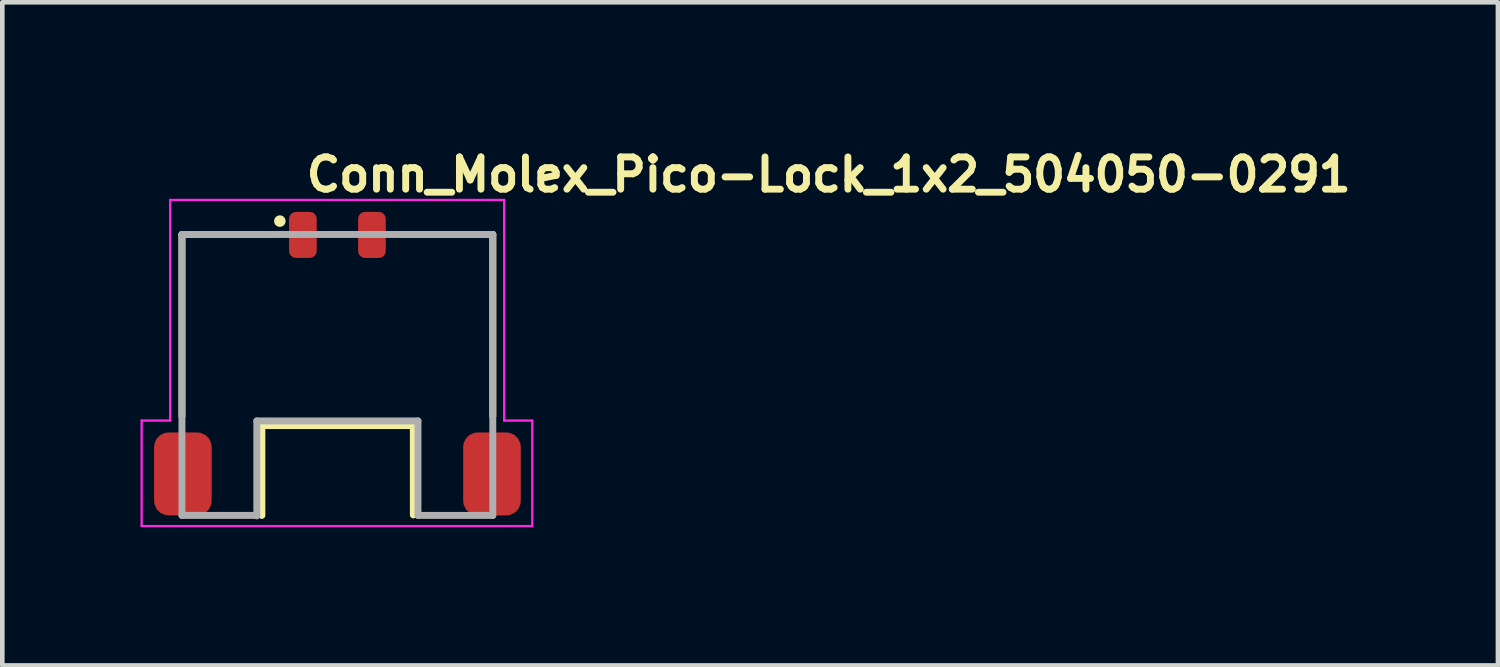
<source format=kicad_pcb>
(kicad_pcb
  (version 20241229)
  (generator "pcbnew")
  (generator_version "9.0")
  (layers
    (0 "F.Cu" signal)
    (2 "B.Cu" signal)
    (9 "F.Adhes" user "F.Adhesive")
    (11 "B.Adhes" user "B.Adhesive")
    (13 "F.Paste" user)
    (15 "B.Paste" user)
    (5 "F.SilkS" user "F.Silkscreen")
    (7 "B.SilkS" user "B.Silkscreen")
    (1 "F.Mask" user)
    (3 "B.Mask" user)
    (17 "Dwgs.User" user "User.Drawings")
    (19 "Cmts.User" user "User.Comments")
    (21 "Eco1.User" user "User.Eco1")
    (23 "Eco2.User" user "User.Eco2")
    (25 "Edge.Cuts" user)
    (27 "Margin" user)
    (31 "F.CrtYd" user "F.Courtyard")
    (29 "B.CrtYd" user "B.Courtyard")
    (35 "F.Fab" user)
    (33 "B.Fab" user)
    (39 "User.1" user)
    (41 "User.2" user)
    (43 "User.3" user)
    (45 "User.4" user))
  (footprint "Conn_Molex_Pico-Lock_1x2_504050-0291"
    (layer "F.Cu")
    (at 4.274 4.9)
    (property "Reference" "Conn_Molex_Pico-Lock_1x2_504050-0291" (at -0.749 -3.75 0) (layer "F.SilkS") (effects (font (size 0.7 0.7) (thickness 0.15)) (justify left bottom)))
    (attr smd)
    (fp_line (start -3.374 -2.86) (end -1.4 -2.86) (stroke (width 0.15) (type solid)) (layer "F.SilkS"))
    (fp_line (start -3.374 1.088) (end -3.374 -2.86) (stroke (width 0.15) (type solid)) (layer "F.SilkS"))
    (fp_line (start -1.639 3.239) (end -1.639 1.289) (stroke (width 0.15) (type solid)) (layer "F.SilkS"))
    (fp_line (start 1.399 -2.86) (end 3.374 -2.86) (stroke (width 0.15) (type solid)) (layer "F.SilkS"))
    (fp_line (start 1.649 1.289) (end -1.639 1.289) (stroke (width 0.15) (type solid)) (layer "F.SilkS"))
    (fp_line (start 1.649 1.289) (end 1.649 3.228) (stroke (width 0.15) (type solid)) (layer "F.SilkS"))
    (fp_line (start 3.374 -2.86) (end 3.374 1.088) (stroke (width 0.15) (type solid)) (layer "F.SilkS"))
    (fp_circle (center -1.249 -3.15) (end -1.199 -3.15) (stroke (width 0.15) (type solid)) (fill yes) (layer "F.SilkS"))
    (fp_line (start -4.249 1.18) (end -3.629 1.18) (stroke (width 0.05) (type solid)) (layer "F.CrtYd"))
    (fp_line (start -4.249 3.47) (end -4.249 1.18) (stroke (width 0.05) (type solid)) (layer "F.CrtYd"))
    (fp_line (start -3.629 -3.61) (end 3.621 -3.61) (stroke (width 0.05) (type solid)) (layer "F.CrtYd"))
    (fp_line (start -3.629 1.18) (end -3.629 -3.61) (stroke (width 0.05) (type solid)) (layer "F.CrtYd"))
    (fp_line (start 3.621 -3.61) (end 3.621 1.18) (stroke (width 0.05) (type solid)) (layer "F.CrtYd"))
    (fp_line (start 3.621 1.18) (end 4.231 1.18) (stroke (width 0.05) (type solid)) (layer "F.CrtYd"))
    (fp_line (start 4.231 1.18) (end 4.231 3.47) (stroke (width 0.05) (type solid)) (layer "F.CrtYd"))
    (fp_line (start 4.231 3.47) (end -4.249 3.47) (stroke (width 0.05) (type solid)) (layer "F.CrtYd"))
    (fp_line (start -3.374 -2.86) (end 3.374 -2.86) (stroke (width 0.15) (type solid)) (layer "F.Fab"))
    (fp_line (start -3.374 3.239) (end -3.374 -2.86) (stroke (width 0.15) (type solid)) (layer "F.Fab"))
    (fp_line (start -3.374 3.239) (end -1.749 3.239) (stroke (width 0.15) (type solid)) (layer "F.Fab"))
    (fp_line (start -1.749 3.249) (end -1.749 1.188) (stroke (width 0.15) (type solid)) (layer "F.Fab"))
    (fp_line (start 1.75 1.188) (end -1.749 1.188) (stroke (width 0.15) (type solid)) (layer "F.Fab"))
    (fp_line (start 1.75 1.188) (end 1.75 3.239) (stroke (width 0.15) (type solid)) (layer "F.Fab"))
    (fp_line (start 1.75 3.239) (end 3.374 3.239) (stroke (width 0.15) (type solid)) (layer "F.Fab"))
    (fp_line (start 3.374 -2.86) (end 3.374 3.239) (stroke (width 0.15) (type solid)) (layer "F.Fab"))
    (fp_rect (start -3.979 -3.36) (end 3.981 3.239) (stroke (width 0.1) (type solid)) (fill no) (layer "User.5"))
    (fp_line (start -3.774 1.68) (end -3.773 1.675) (stroke (width 0.02) (type solid)) (layer "User.9"))
    (fp_line (start -3.774 1.685) (end -3.774 1.68) (stroke (width 0.02) (type solid)) (layer "User.9"))
    (fp_line (start -3.774 1.688) (end -3.774 1.685) (stroke (width 0.02) (type solid)) (layer "User.9"))
    (fp_line (start -3.774 2.989) (end -3.774 1.688) (stroke (width 0.02) (type solid)) (layer "User.9"))
    (fp_line (start -3.774 2.994) (end -3.774 2.989) (stroke (width 0.02) (type solid)) (layer "User.9"))
    (fp_line (start -3.774 2.999) (end -3.774 2.994) (stroke (width 0.02) (type solid)) (layer "User.9"))
    (fp_line (start -3.773 1.67) (end -3.772 1.664) (stroke (width 0.02) (type solid)) (layer "User.9"))
    (fp_line (start -3.773 1.675) (end -3.773 1.67) (stroke (width 0.02) (type solid)) (layer "User.9"))
    (fp_line (start -3.773 3.003) (end -3.774 2.999) (stroke (width 0.02) (type solid)) (layer "User.9"))
    (fp_line (start -3.773 3.008) (end -3.773 3.003) (stroke (width 0.02) (type solid)) (layer "User.9"))
    (fp_line (start -3.772 1.664) (end -3.77 1.659) (stroke (width 0.02) (type solid)) (layer "User.9"))
    (fp_line (start -3.772 3.013) (end -3.773 3.008) (stroke (width 0.02) (type solid)) (layer "User.9"))
    (fp_line (start -3.77 1.659) (end -3.769 1.656) (stroke (width 0.02) (type solid)) (layer "User.9"))
    (fp_line (start -3.77 3.018) (end -3.772 3.013) (stroke (width 0.02) (type solid)) (layer "User.9"))
    (fp_line (start -3.769 1.656) (end -3.768 1.651) (stroke (width 0.02) (type solid)) (layer "User.9"))
    (fp_line (start -3.769 3.023) (end -3.77 3.018) (stroke (width 0.02) (type solid)) (layer "User.9"))
    (fp_line (start -3.768 1.651) (end -3.765 1.646) (stroke (width 0.02) (type solid)) (layer "User.9"))
    (fp_line (start -3.768 3.027) (end -3.769 3.023) (stroke (width 0.02) (type solid)) (layer "User.9"))
    (fp_line (start -3.765 1.646) (end -3.764 1.641) (stroke (width 0.02) (type solid)) (layer "User.9"))
    (fp_line (start -3.765 3.032) (end -3.768 3.027) (stroke (width 0.02) (type solid)) (layer "User.9"))
    (fp_line (start -3.764 1.641) (end -3.761 1.638) (stroke (width 0.02) (type solid)) (layer "User.9"))
    (fp_line (start -3.764 3.037) (end -3.765 3.032) (stroke (width 0.02) (type solid)) (layer "User.9"))
    (fp_line (start -3.761 1.638) (end -3.758 1.633) (stroke (width 0.02) (type solid)) (layer "User.9"))
    (fp_line (start -3.761 3.04) (end -3.764 3.037) (stroke (width 0.02) (type solid)) (layer "User.9"))
    (fp_line (start -3.758 1.633) (end -3.756 1.63) (stroke (width 0.02) (type solid)) (layer "User.9"))
    (fp_line (start -3.758 3.045) (end -3.761 3.04) (stroke (width 0.02) (type solid)) (layer "User.9"))
    (fp_line (start -3.756 1.63) (end -3.753 1.625) (stroke (width 0.02) (type solid)) (layer "User.9"))
    (fp_line (start -3.756 3.048) (end -3.758 3.045) (stroke (width 0.02) (type solid)) (layer "User.9"))
    (fp_line (start -3.753 1.625) (end -3.749 1.622) (stroke (width 0.02) (type solid)) (layer "User.9"))
    (fp_line (start -3.753 3.053) (end -3.756 3.048) (stroke (width 0.02) (type solid)) (layer "User.9"))
    (fp_line (start -3.749 1.622) (end -3.745 1.619) (stroke (width 0.02) (type solid)) (layer "User.9"))
    (fp_line (start -3.749 3.056) (end -3.753 3.053) (stroke (width 0.02) (type solid)) (layer "User.9"))
    (fp_line (start -3.745 1.619) (end -3.745 1.619) (stroke (width 0.02) (type solid)) (layer "User.9"))
    (fp_line (start -3.745 1.619) (end -3.742 1.614) (stroke (width 0.02) (type solid)) (layer "User.9"))
    (fp_line (start -3.745 3.06) (end -3.749 3.056) (stroke (width 0.02) (type solid)) (layer "User.9"))
    (fp_line (start -3.745 3.06) (end -3.745 3.06) (stroke (width 0.02) (type solid)) (layer "User.9"))
    (fp_line (start -3.742 1.614) (end -3.738 1.611) (stroke (width 0.02) (type solid)) (layer "User.9"))
    (fp_line (start -3.742 3.063) (end -3.745 3.06) (stroke (width 0.02) (type solid)) (layer "User.9"))
    (fp_line (start -3.738 1.611) (end -3.734 1.609) (stroke (width 0.02) (type solid)) (layer "User.9"))
    (fp_line (start -3.738 3.066) (end -3.742 3.063) (stroke (width 0.02) (type solid)) (layer "User.9"))
    (fp_line (start -3.734 1.609) (end -3.73 1.606) (stroke (width 0.02) (type solid)) (layer "User.9"))
    (fp_line (start -3.734 3.069) (end -3.738 3.066) (stroke (width 0.02) (type solid)) (layer "User.9"))
    (fp_line (start -3.73 1.606) (end -3.726 1.603) (stroke (width 0.02) (type solid)) (layer "User.9"))
    (fp_line (start -3.73 3.072) (end -3.734 3.069) (stroke (width 0.02) (type solid)) (layer "User.9"))
    (fp_line (start -3.726 1.603) (end -3.722 1.601) (stroke (width 0.02) (type solid)) (layer "User.9"))
    (fp_line (start -3.726 3.074) (end -3.73 3.072) (stroke (width 0.02) (type solid)) (layer "User.9"))
    (fp_line (start -3.722 1.601) (end -3.717 1.598) (stroke (width 0.02) (type solid)) (layer "User.9"))
    (fp_line (start -3.722 3.077) (end -3.726 3.074) (stroke (width 0.02) (type solid)) (layer "User.9"))
    (fp_line (start -3.717 1.598) (end -3.713 1.596) (stroke (width 0.02) (type solid)) (layer "User.9"))
    (fp_line (start -3.717 3.079) (end -3.722 3.077) (stroke (width 0.02) (type solid)) (layer "User.9"))
    (fp_line (start -3.713 1.596) (end -3.709 1.595) (stroke (width 0.02) (type solid)) (layer "User.9"))
    (fp_line (start -3.713 3.082) (end -3.717 3.079) (stroke (width 0.02) (type solid)) (layer "User.9"))
    (fp_line (start -3.709 1.595) (end -3.705 1.593) (stroke (width 0.02) (type solid)) (layer "User.9"))
    (fp_line (start -3.709 3.084) (end -3.713 3.082) (stroke (width 0.02) (type solid)) (layer "User.9"))
    (fp_line (start -3.705 1.593) (end -3.7 1.593) (stroke (width 0.02) (type solid)) (layer "User.9"))
    (fp_line (start -3.705 3.085) (end -3.709 3.084) (stroke (width 0.02) (type solid)) (layer "User.9"))
    (fp_line (start -3.7 1.593) (end -3.694 1.59) (stroke (width 0.02) (type solid)) (layer "User.9"))
    (fp_line (start -3.7 3.085) (end -3.705 3.085) (stroke (width 0.02) (type solid)) (layer "User.9"))
    (fp_line (start -3.694 1.59) (end -3.689 1.59) (stroke (width 0.02) (type solid)) (layer "User.9"))
    (fp_line (start -3.694 3.087) (end -3.7 3.085) (stroke (width 0.02) (type solid)) (layer "User.9"))
    (fp_line (start -3.689 1.59) (end -3.684 1.59) (stroke (width 0.02) (type solid)) (layer "User.9"))
    (fp_line (start -3.689 3.087) (end -3.694 3.087) (stroke (width 0.02) (type solid)) (layer "User.9"))
    (fp_line (start -3.684 1.59) (end -3.68 1.59) (stroke (width 0.02) (type solid)) (layer "User.9"))
    (fp_line (start -3.684 3.088) (end -3.689 3.087) (stroke (width 0.02) (type solid)) (layer "User.9"))
    (fp_line (start -3.68 1.59) (end -3.675 1.588) (stroke (width 0.02) (type solid)) (layer "User.9"))
    (fp_line (start -3.68 3.088) (end -3.684 3.088) (stroke (width 0.02) (type solid)) (layer "User.9"))
    (fp_line (start -3.675 1.588) (end -3.374 1.588) (stroke (width 0.02) (type solid)) (layer "User.9"))
    (fp_line (start -3.675 3.088) (end -3.68 3.088) (stroke (width 0.02) (type solid)) (layer "User.9"))
    (fp_line (start -3.374 -2.86) (end -3.374 2.739) (stroke (width 0.02) (type solid)) (layer "User.9"))
    (fp_line (start -3.374 2.739) (end -3.245 3.239) (stroke (width 0.02) (type solid)) (layer "User.9"))
    (fp_line (start -3.284 3.088) (end -3.675 3.088) (stroke (width 0.02) (type solid)) (layer "User.9"))
    (fp_line (start -3.245 3.239) (end -2.025 3.239) (stroke (width 0.02) (type solid)) (layer "User.9"))
    (fp_line (start -1.925 0.007) (end -1.925 0.011) (stroke (width 0.02) (type solid)) (layer "User.9"))
    (fp_line (start -1.925 0.011) (end -1.925 0.015) (stroke (width 0.02) (type solid)) (layer "User.9"))
    (fp_line (start -1.925 0.015) (end -1.925 0.02) (stroke (width 0.02) (type solid)) (layer "User.9"))
    (fp_line (start -1.925 0.02) (end -1.925 3.14) (stroke (width 0.02) (type solid)) (layer "User.9"))
    (fp_line (start -1.925 2.938) (end -1.824 2.938) (stroke (width 0.02) (type solid)) (layer "User.9"))
    (fp_line (start -1.925 3.14) (end -2.025 3.239) (stroke (width 0.02) (type solid)) (layer "User.9"))
    (fp_line (start -1.923 0) (end -1.923 0.003) (stroke (width 0.02) (type solid)) (layer "User.9"))
    (fp_line (start -1.923 0.003) (end -1.925 0.007) (stroke (width 0.02) (type solid)) (layer "User.9"))
    (fp_line (start -1.921 -0.008) (end -1.921 -0.004) (stroke (width 0.02) (type solid)) (layer "User.9"))
    (fp_line (start -1.921 -0.004) (end -1.923 0) (stroke (width 0.02) (type solid)) (layer "User.9"))
    (fp_line (start -1.919 -0.012) (end -1.921 -0.008) (stroke (width 0.02) (type solid)) (layer "User.9"))
    (fp_line (start -1.917 -0.016) (end -1.919 -0.012) (stroke (width 0.02) (type solid)) (layer "User.9"))
    (fp_line (start -1.915 -0.02) (end -1.917 -0.016) (stroke (width 0.02) (type solid)) (layer "User.9"))
    (fp_line (start -1.913 -0.023) (end -1.915 -0.02) (stroke (width 0.02) (type solid)) (layer "User.9"))
    (fp_line (start -1.911 -0.025) (end -1.913 -0.023) (stroke (width 0.02) (type solid)) (layer "User.9"))
    (fp_line (start -1.909 -0.028) (end -1.911 -0.025) (stroke (width 0.02) (type solid)) (layer "User.9"))
    (fp_line (start -1.907 -0.032) (end -1.909 -0.028) (stroke (width 0.02) (type solid)) (layer "User.9"))
    (fp_line (start -1.905 -0.035) (end -1.907 -0.032) (stroke (width 0.02) (type solid)) (layer "User.9"))
    (fp_line (start -1.902 -0.037) (end -1.905 -0.035) (stroke (width 0.02) (type solid)) (layer "User.9"))
    (fp_line (start -1.898 -0.041) (end -1.902 -0.037) (stroke (width 0.02) (type solid)) (layer "User.9"))
    (fp_line (start -1.896 -0.042) (end -1.898 -0.041) (stroke (width 0.02) (type solid)) (layer "User.9"))
    (fp_line (start -1.892 -0.045) (end -1.896 -0.042) (stroke (width 0.02) (type solid)) (layer "User.9"))
    (fp_line (start -1.89 -0.048) (end -1.892 -0.045) (stroke (width 0.02) (type solid)) (layer "User.9"))
    (fp_line (start -1.886 -0.049) (end -1.89 -0.048) (stroke (width 0.02) (type solid)) (layer "User.9"))
    (fp_line (start -1.884 -0.052) (end -1.886 -0.049) (stroke (width 0.02) (type solid)) (layer "User.9"))
    (fp_line (start -1.88 -0.053) (end -1.884 -0.052) (stroke (width 0.02) (type solid)) (layer "User.9"))
    (fp_line (start -1.876 -0.054) (end -1.88 -0.053) (stroke (width 0.02) (type solid)) (layer "User.9"))
    (fp_line (start -1.872 -0.057) (end -1.876 -0.054) (stroke (width 0.02) (type solid)) (layer "User.9"))
    (fp_line (start -1.868 -0.057) (end -1.872 -0.057) (stroke (width 0.02) (type solid)) (layer "User.9"))
    (fp_line (start -1.864 -0.058) (end -1.868 -0.057) (stroke (width 0.02) (type solid)) (layer "User.9"))
    (fp_line (start -1.862 -0.06) (end -1.864 -0.058) (stroke (width 0.02) (type solid)) (layer "User.9"))
    (fp_line (start -1.858 -0.061) (end -1.862 -0.06) (stroke (width 0.02) (type solid)) (layer "User.9"))
    (fp_line (start -1.854 -0.061) (end -1.858 -0.061) (stroke (width 0.02) (type solid)) (layer "User.9"))
    (fp_line (start -1.85 -0.061) (end -1.854 -0.061) (stroke (width 0.02) (type solid)) (layer "User.9"))
    (fp_line (start -1.844 -0.061) (end -1.85 -0.061) (stroke (width 0.02) (type solid)) (layer "User.9"))
    (fp_line (start -1.824 2.938) (end -1.676 2.789) (stroke (width 0.02) (type solid)) (layer "User.9"))
    (fp_line (start -1.676 0.89) (end -1.426 0.89) (stroke (width 0.02) (type solid)) (layer "User.9"))
    (fp_line (start -1.676 1.04) (end -1.426 1.04) (stroke (width 0.02) (type solid)) (layer "User.9"))
    (fp_line (start -1.676 2.789) (end -1.925 2.789) (stroke (width 0.02) (type solid)) (layer "User.9"))
    (fp_line (start -1.676 2.789) (end -1.676 -0.061) (stroke (width 0.02) (type solid)) (layer "User.9"))
    (fp_line (start -1.504 -0.061) (end -1.844 -0.061) (stroke (width 0.02) (type solid)) (layer "User.9"))
    (fp_line (start -1.501 -0.061) (end -1.504 -0.061) (stroke (width 0.02) (type solid)) (layer "User.9"))
    (fp_line (start -1.497 -0.061) (end -1.501 -0.061) (stroke (width 0.02) (type solid)) (layer "User.9"))
    (fp_line (start -1.493 -0.061) (end -1.497 -0.061) (stroke (width 0.02) (type solid)) (layer "User.9"))
    (fp_line (start -1.489 -0.06) (end -1.493 -0.061) (stroke (width 0.02) (type solid)) (layer "User.9"))
    (fp_line (start -1.485 -0.058) (end -1.489 -0.06) (stroke (width 0.02) (type solid)) (layer "User.9"))
    (fp_line (start -1.481 -0.057) (end -1.485 -0.058) (stroke (width 0.02) (type solid)) (layer "User.9"))
    (fp_line (start -1.478 -0.057) (end -1.481 -0.057) (stroke (width 0.02) (type solid)) (layer "User.9"))
    (fp_line (start -1.474 -0.054) (end -1.478 -0.057) (stroke (width 0.02) (type solid)) (layer "User.9"))
    (fp_line (start -1.47 -0.053) (end -1.474 -0.054) (stroke (width 0.02) (type solid)) (layer "User.9"))
    (fp_line (start -1.467 -0.052) (end -1.47 -0.053) (stroke (width 0.02) (type solid)) (layer "User.9"))
    (fp_line (start -1.463 -0.049) (end -1.467 -0.052) (stroke (width 0.02) (type solid)) (layer "User.9"))
    (fp_line (start -1.46 -0.048) (end -1.463 -0.049) (stroke (width 0.02) (type solid)) (layer "User.9"))
    (fp_line (start -1.457 -0.045) (end -1.46 -0.048) (stroke (width 0.02) (type solid)) (layer "User.9"))
    (fp_line (start -1.454 -0.042) (end -1.457 -0.045) (stroke (width 0.02) (type solid)) (layer "User.9"))
    (fp_line (start -1.452 -0.041) (end -1.454 -0.042) (stroke (width 0.02) (type solid)) (layer "User.9"))
    (fp_line (start -1.449 -0.037) (end -1.452 -0.041) (stroke (width 0.02) (type solid)) (layer "User.9"))
    (fp_line (start -1.449 -0.037) (end -1.449 -0.037) (stroke (width 0.02) (type solid)) (layer "User.9"))
    (fp_line (start -1.446 -0.035) (end -1.449 -0.037) (stroke (width 0.02) (type solid)) (layer "User.9"))
    (fp_line (start -1.444 -0.032) (end -1.446 -0.035) (stroke (width 0.02) (type solid)) (layer "User.9"))
    (fp_line (start -1.441 -0.028) (end -1.444 -0.032) (stroke (width 0.02) (type solid)) (layer "User.9"))
    (fp_line (start -1.439 -0.025) (end -1.441 -0.028) (stroke (width 0.02) (type solid)) (layer "User.9"))
    (fp_line (start -1.437 -0.023) (end -1.439 -0.025) (stroke (width 0.02) (type solid)) (layer "User.9"))
    (fp_line (start -1.435 -0.019) (end -1.437 -0.023) (stroke (width 0.02) (type solid)) (layer "User.9"))
    (fp_line (start -1.433 -0.016) (end -1.435 -0.019) (stroke (width 0.02) (type solid)) (layer "User.9"))
    (fp_line (start -1.432 -0.012) (end -1.433 -0.016) (stroke (width 0.02) (type solid)) (layer "User.9"))
    (fp_line (start -1.43 -0.008) (end -1.432 -0.012) (stroke (width 0.02) (type solid)) (layer "User.9"))
    (fp_line (start -1.429 -0.004) (end -1.43 -0.008) (stroke (width 0.02) (type solid)) (layer "User.9"))
    (fp_line (start -1.428 0) (end -1.429 -0.004) (stroke (width 0.02) (type solid)) (layer "User.9"))
    (fp_line (start -1.427 0.004) (end -1.428 0) (stroke (width 0.02) (type solid)) (layer "User.9"))
    (fp_line (start -1.426 0.008) (end -1.427 0.004) (stroke (width 0.02) (type solid)) (layer "User.9"))
    (fp_line (start -1.426 0.012) (end -1.426 0.008) (stroke (width 0.02) (type solid)) (layer "User.9"))
    (fp_line (start -1.426 0.016) (end -1.426 0.012) (stroke (width 0.02) (type solid)) (layer "User.9"))
    (fp_line (start -1.426 0.02) (end -1.426 0.016) (stroke (width 0.02) (type solid)) (layer "User.9"))
    (fp_line (start -1.426 1.14) (end -1.426 0.02) (stroke (width 0.02) (type solid)) (layer "User.9"))
    (fp_line (start -1.325 1.239) (end -1.426 1.14) (stroke (width 0.02) (type solid)) (layer "User.9"))
    (fp_line (start -1.325 1.239) (end 1.326 1.239) (stroke (width 0.02) (type solid)) (layer "User.9"))
    (fp_line (start -1.226 0.22) (end -0.925 0.738) (stroke (width 0.02) (type solid)) (layer "User.9"))
    (fp_line (start -0.925 0.738) (end -0.626 0.22) (stroke (width 0.02) (type solid)) (layer "User.9"))
    (fp_line (start -0.9 -2.86) (end -0.9 -3.202) (stroke (width 0.02) (type solid)) (layer "User.9"))
    (fp_line (start -0.626 0.22) (end -1.226 0.22) (stroke (width 0.02) (type solid)) (layer "User.9"))
    (fp_line (start -0.6 -3.202) (end -0.9 -3.202) (stroke (width 0.02) (type solid)) (layer "User.9"))
    (fp_line (start -0.6 -2.86) (end -0.6 -3.202) (stroke (width 0.02) (type solid)) (layer "User.9"))
    (fp_line (start -0.299 -0.46) (end -0.299 0.439) (stroke (width 0.02) (type solid)) (layer "User.9"))
    (fp_line (start -0.299 0.439) (end 0.301 0.439) (stroke (width 0.02) (type solid)) (layer "User.9"))
    (fp_line (start 0.301 -0.46) (end -0.299 -0.46) (stroke (width 0.02) (type solid)) (layer "User.9"))
    (fp_line (start 0.301 0.439) (end 0.301 -0.46) (stroke (width 0.02) (type solid)) (layer "User.9"))
    (fp_line (start 0.601 -2.86) (end 0.601 -3.202) (stroke (width 0.02) (type solid)) (layer "User.9"))
    (fp_line (start 0.899 -3.202) (end 0.601 -3.202) (stroke (width 0.02) (type solid)) (layer "User.9"))
    (fp_line (start 0.899 -2.86) (end 0.899 -3.202) (stroke (width 0.02) (type solid)) (layer "User.9"))
    (fp_line (start 1.424 0.02) (end 1.424 1.14) (stroke (width 0.02) (type solid)) (layer "User.9"))
    (fp_line (start 1.424 0.89) (end 1.674 0.89) (stroke (width 0.02) (type solid)) (layer "User.9"))
    (fp_line (start 1.424 1.04) (end 1.674 1.04) (stroke (width 0.02) (type solid)) (layer "User.9"))
    (fp_line (start 1.424 1.14) (end 1.326 1.239) (stroke (width 0.02) (type solid)) (layer "User.9"))
    (fp_line (start 1.426 0.008) (end 1.426 0.012) (stroke (width 0.02) (type solid)) (layer "User.9"))
    (fp_line (start 1.426 0.012) (end 1.426 0.016) (stroke (width 0.02) (type solid)) (layer "User.9"))
    (fp_line (start 1.426 0.016) (end 1.424 0.02) (stroke (width 0.02) (type solid)) (layer "User.9"))
    (fp_line (start 1.427 0.004) (end 1.426 0.008) (stroke (width 0.02) (type solid)) (layer "User.9"))
    (fp_line (start 1.428 -0.004) (end 1.428 0) (stroke (width 0.02) (type solid)) (layer "User.9"))
    (fp_line (start 1.428 0) (end 1.427 0.004) (stroke (width 0.02) (type solid)) (layer "User.9"))
    (fp_line (start 1.429 -0.008) (end 1.428 -0.004) (stroke (width 0.02) (type solid)) (layer "User.9"))
    (fp_line (start 1.432 -0.016) (end 1.432 -0.012) (stroke (width 0.02) (type solid)) (layer "User.9"))
    (fp_line (start 1.432 -0.012) (end 1.429 -0.008) (stroke (width 0.02) (type solid)) (layer "User.9"))
    (fp_line (start 1.435 -0.019) (end 1.432 -0.016) (stroke (width 0.02) (type solid)) (layer "User.9"))
    (fp_line (start 1.436 -0.023) (end 1.435 -0.019) (stroke (width 0.02) (type solid)) (layer "User.9"))
    (fp_line (start 1.439 -0.025) (end 1.436 -0.023) (stroke (width 0.02) (type solid)) (layer "User.9"))
    (fp_line (start 1.44 -0.028) (end 1.439 -0.025) (stroke (width 0.02) (type solid)) (layer "User.9"))
    (fp_line (start 1.444 -0.032) (end 1.44 -0.028) (stroke (width 0.02) (type solid)) (layer "User.9"))
    (fp_line (start 1.445 -0.035) (end 1.444 -0.032) (stroke (width 0.02) (type solid)) (layer "User.9"))
    (fp_line (start 1.448 -0.037) (end 1.445 -0.035) (stroke (width 0.02) (type solid)) (layer "User.9"))
    (fp_line (start 1.448 -0.037) (end 1.448 -0.037) (stroke (width 0.02) (type solid)) (layer "User.9"))
    (fp_line (start 1.452 -0.041) (end 1.448 -0.037) (stroke (width 0.02) (type solid)) (layer "User.9"))
    (fp_line (start 1.455 -0.042) (end 1.452 -0.041) (stroke (width 0.02) (type solid)) (layer "User.9"))
    (fp_line (start 1.457 -0.045) (end 1.455 -0.042) (stroke (width 0.02) (type solid)) (layer "User.9"))
    (fp_line (start 1.46 -0.048) (end 1.457 -0.045) (stroke (width 0.02) (type solid)) (layer "User.9"))
    (fp_line (start 1.464 -0.049) (end 1.46 -0.048) (stroke (width 0.02) (type solid)) (layer "User.9"))
    (fp_line (start 1.468 -0.052) (end 1.464 -0.049) (stroke (width 0.02) (type solid)) (layer "User.9"))
    (fp_line (start 1.471 -0.053) (end 1.468 -0.052) (stroke (width 0.02) (type solid)) (layer "User.9"))
    (fp_line (start 1.475 -0.054) (end 1.471 -0.053) (stroke (width 0.02) (type solid)) (layer "User.9"))
    (fp_line (start 1.479 -0.057) (end 1.475 -0.054) (stroke (width 0.02) (type solid)) (layer "User.9"))
    (fp_line (start 1.481 -0.057) (end 1.479 -0.057) (stroke (width 0.02) (type solid)) (layer "User.9"))
    (fp_line (start 1.485 -0.058) (end 1.481 -0.057) (stroke (width 0.02) (type solid)) (layer "User.9"))
    (fp_line (start 1.489 -0.06) (end 1.485 -0.058) (stroke (width 0.02) (type solid)) (layer "User.9"))
    (fp_line (start 1.493 -0.061) (end 1.489 -0.06) (stroke (width 0.02) (type solid)) (layer "User.9"))
    (fp_line (start 1.497 -0.061) (end 1.493 -0.061) (stroke (width 0.02) (type solid)) (layer "User.9"))
    (fp_line (start 1.501 -0.061) (end 1.497 -0.061) (stroke (width 0.02) (type solid)) (layer "User.9"))
    (fp_line (start 1.504 -0.061) (end 1.501 -0.061) (stroke (width 0.02) (type solid)) (layer "User.9"))
    (fp_line (start 1.674 -0.061) (end 1.674 2.789) (stroke (width 0.02) (type solid)) (layer "User.9"))
    (fp_line (start 1.674 2.789) (end 1.826 2.938) (stroke (width 0.02) (type solid)) (layer "User.9"))
    (fp_line (start 1.674 2.789) (end 1.924 2.789) (stroke (width 0.02) (type solid)) (layer "User.9"))
    (fp_line (start 1.844 -0.061) (end 1.504 -0.061) (stroke (width 0.02) (type solid)) (layer "User.9"))
    (fp_line (start 1.85 -0.061) (end 1.844 -0.061) (stroke (width 0.02) (type solid)) (layer "User.9"))
    (fp_line (start 1.854 -0.061) (end 1.85 -0.061) (stroke (width 0.02) (type solid)) (layer "User.9"))
    (fp_line (start 1.858 -0.061) (end 1.854 -0.061) (stroke (width 0.02) (type solid)) (layer "User.9"))
    (fp_line (start 1.862 -0.06) (end 1.858 -0.061) (stroke (width 0.02) (type solid)) (layer "User.9"))
    (fp_line (start 1.864 -0.058) (end 1.862 -0.06) (stroke (width 0.02) (type solid)) (layer "User.9"))
    (fp_line (start 1.868 -0.057) (end 1.864 -0.058) (stroke (width 0.02) (type solid)) (layer "User.9"))
    (fp_line (start 1.872 -0.057) (end 1.868 -0.057) (stroke (width 0.02) (type solid)) (layer "User.9"))
    (fp_line (start 1.876 -0.054) (end 1.872 -0.057) (stroke (width 0.02) (type solid)) (layer "User.9"))
    (fp_line (start 1.879 -0.053) (end 1.876 -0.054) (stroke (width 0.02) (type solid)) (layer "User.9"))
    (fp_line (start 1.883 -0.052) (end 1.879 -0.053) (stroke (width 0.02) (type solid)) (layer "User.9"))
    (fp_line (start 1.887 -0.049) (end 1.883 -0.052) (stroke (width 0.02) (type solid)) (layer "User.9"))
    (fp_line (start 1.89 -0.048) (end 1.887 -0.049) (stroke (width 0.02) (type solid)) (layer "User.9"))
    (fp_line (start 1.892 -0.045) (end 1.89 -0.048) (stroke (width 0.02) (type solid)) (layer "User.9"))
    (fp_line (start 1.895 -0.042) (end 1.892 -0.045) (stroke (width 0.02) (type solid)) (layer "User.9"))
    (fp_line (start 1.899 -0.041) (end 1.895 -0.042) (stroke (width 0.02) (type solid)) (layer "User.9"))
    (fp_line (start 1.902 -0.037) (end 1.899 -0.041) (stroke (width 0.02) (type solid)) (layer "User.9"))
    (fp_line (start 1.904 -0.035) (end 1.902 -0.037) (stroke (width 0.02) (type solid)) (layer "User.9"))
    (fp_line (start 1.907 -0.032) (end 1.904 -0.035) (stroke (width 0.02) (type solid)) (layer "User.9"))
    (fp_line (start 1.91 -0.028) (end 1.907 -0.032) (stroke (width 0.02) (type solid)) (layer "User.9"))
    (fp_line (start 1.911 -0.025) (end 1.91 -0.028) (stroke (width 0.02) (type solid)) (layer "User.9"))
    (fp_line (start 1.914 -0.023) (end 1.911 -0.025) (stroke (width 0.02) (type solid)) (layer "User.9"))
    (fp_line (start 1.915 -0.02) (end 1.914 -0.023) (stroke (width 0.02) (type solid)) (layer "User.9"))
    (fp_line (start 1.918 -0.016) (end 1.915 -0.02) (stroke (width 0.02) (type solid)) (layer "User.9"))
    (fp_line (start 1.919 -0.012) (end 1.918 -0.016) (stroke (width 0.02) (type solid)) (layer "User.9"))
    (fp_line (start 1.92 -0.008) (end 1.919 -0.012) (stroke (width 0.02) (type solid)) (layer "User.9"))
    (fp_line (start 1.922 -0.004) (end 1.92 -0.008) (stroke (width 0.02) (type solid)) (layer "User.9"))
    (fp_line (start 1.923 0) (end 1.922 -0.004) (stroke (width 0.02) (type solid)) (layer "User.9"))
    (fp_line (start 1.923 0.003) (end 1.923 0) (stroke (width 0.02) (type solid)) (layer "User.9"))
    (fp_line (start 1.924 0.007) (end 1.923 0.003) (stroke (width 0.02) (type solid)) (layer "User.9"))
    (fp_line (start 1.924 0.011) (end 1.924 0.007) (stroke (width 0.02) (type solid)) (layer "User.9"))
    (fp_line (start 1.924 0.015) (end 1.924 0.011) (stroke (width 0.02) (type solid)) (layer "User.9"))
    (fp_line (start 1.924 0.02) (end 1.924 0.015) (stroke (width 0.02) (type solid)) (layer "User.9"))
    (fp_line (start 1.924 2.938) (end 1.826 2.938) (stroke (width 0.02) (type solid)) (layer "User.9"))
    (fp_line (start 1.924 3.14) (end 1.924 0.02) (stroke (width 0.02) (type solid)) (layer "User.9"))
    (fp_line (start 2.024 3.239) (end 1.924 3.14) (stroke (width 0.02) (type solid)) (layer "User.9"))
    (fp_line (start 2.024 3.239) (end 3.246 3.239) (stroke (width 0.02) (type solid)) (layer "User.9"))
    (fp_line (start 3.246 3.239) (end 3.374 2.739) (stroke (width 0.02) (type solid)) (layer "User.9"))
    (fp_line (start 3.374 -2.86) (end -3.374 -2.86) (stroke (width 0.02) (type solid)) (layer "User.9"))
    (fp_line (start 3.374 1.588) (end 3.675 1.588) (stroke (width 0.02) (type solid)) (layer "User.9"))
    (fp_line (start 3.374 2.739) (end 3.374 -2.86) (stroke (width 0.02) (type solid)) (layer "User.9"))
    (fp_line (start 3.675 1.588) (end 3.68 1.59) (stroke (width 0.02) (type solid)) (layer "User.9"))
    (fp_line (start 3.675 3.088) (end 3.284 3.088) (stroke (width 0.02) (type solid)) (layer "User.9"))
    (fp_line (start 3.68 1.59) (end 3.685 1.59) (stroke (width 0.02) (type solid)) (layer "User.9"))
    (fp_line (start 3.68 3.088) (end 3.675 3.088) (stroke (width 0.02) (type solid)) (layer "User.9"))
    (fp_line (start 3.685 1.59) (end 3.689 1.59) (stroke (width 0.02) (type solid)) (layer "User.9"))
    (fp_line (start 3.685 3.088) (end 3.68 3.088) (stroke (width 0.02) (type solid)) (layer "User.9"))
    (fp_line (start 3.689 1.59) (end 3.694 1.59) (stroke (width 0.02) (type solid)) (layer "User.9"))
    (fp_line (start 3.689 3.087) (end 3.685 3.088) (stroke (width 0.02) (type solid)) (layer "User.9"))
    (fp_line (start 3.694 1.59) (end 3.699 1.593) (stroke (width 0.02) (type solid)) (layer "User.9"))
    (fp_line (start 3.694 3.087) (end 3.689 3.087) (stroke (width 0.02) (type solid)) (layer "User.9"))
    (fp_line (start 3.699 1.593) (end 3.704 1.593) (stroke (width 0.02) (type solid)) (layer "User.9"))
    (fp_line (start 3.699 3.085) (end 3.694 3.087) (stroke (width 0.02) (type solid)) (layer "User.9"))
    (fp_line (start 3.704 1.593) (end 3.709 1.595) (stroke (width 0.02) (type solid)) (layer "User.9"))
    (fp_line (start 3.704 3.085) (end 3.699 3.085) (stroke (width 0.02) (type solid)) (layer "User.9"))
    (fp_line (start 3.709 1.595) (end 3.713 1.596) (stroke (width 0.02) (type solid)) (layer "User.9"))
    (fp_line (start 3.709 3.084) (end 3.704 3.085) (stroke (width 0.02) (type solid)) (layer "User.9"))
    (fp_line (start 3.713 1.596) (end 3.718 1.598) (stroke (width 0.02) (type solid)) (layer "User.9"))
    (fp_line (start 3.713 3.082) (end 3.709 3.084) (stroke (width 0.02) (type solid)) (layer "User.9"))
    (fp_line (start 3.718 1.598) (end 3.723 1.601) (stroke (width 0.02) (type solid)) (layer "User.9"))
    (fp_line (start 3.718 3.079) (end 3.713 3.082) (stroke (width 0.02) (type solid)) (layer "User.9"))
    (fp_line (start 3.723 1.601) (end 3.726 1.603) (stroke (width 0.02) (type solid)) (layer "User.9"))
    (fp_line (start 3.723 3.077) (end 3.718 3.079) (stroke (width 0.02) (type solid)) (layer "User.9"))
    (fp_line (start 3.726 1.603) (end 3.731 1.606) (stroke (width 0.02) (type solid)) (layer "User.9"))
    (fp_line (start 3.726 3.074) (end 3.723 3.077) (stroke (width 0.02) (type solid)) (layer "User.9"))
    (fp_line (start 3.731 1.606) (end 3.734 1.609) (stroke (width 0.02) (type solid)) (layer "User.9"))
    (fp_line (start 3.731 3.072) (end 3.726 3.074) (stroke (width 0.02) (type solid)) (layer "User.9"))
    (fp_line (start 3.734 1.609) (end 3.739 1.611) (stroke (width 0.02) (type solid)) (layer "User.9"))
    (fp_line (start 3.734 3.069) (end 3.731 3.072) (stroke (width 0.02) (type solid)) (layer "User.9"))
    (fp_line (start 3.739 1.611) (end 3.742 1.614) (stroke (width 0.02) (type solid)) (layer "User.9"))
    (fp_line (start 3.739 3.066) (end 3.734 3.069) (stroke (width 0.02) (type solid)) (layer "User.9"))
    (fp_line (start 3.742 1.614) (end 3.746 1.619) (stroke (width 0.02) (type solid)) (layer "User.9"))
    (fp_line (start 3.742 3.063) (end 3.739 3.066) (stroke (width 0.02) (type solid)) (layer "User.9"))
    (fp_line (start 3.746 1.619) (end 3.746 1.619) (stroke (width 0.02) (type solid)) (layer "User.9"))
    (fp_line (start 3.746 1.619) (end 3.749 1.622) (stroke (width 0.02) (type solid)) (layer "User.9"))
    (fp_line (start 3.746 3.06) (end 3.742 3.063) (stroke (width 0.02) (type solid)) (layer "User.9"))
    (fp_line (start 3.746 3.06) (end 3.746 3.06) (stroke (width 0.02) (type solid)) (layer "User.9"))
    (fp_line (start 3.749 1.622) (end 3.752 1.625) (stroke (width 0.02) (type solid)) (layer "User.9"))
    (fp_line (start 3.749 3.056) (end 3.746 3.06) (stroke (width 0.02) (type solid)) (layer "User.9"))
    (fp_line (start 3.752 1.625) (end 3.755 1.63) (stroke (width 0.02) (type solid)) (layer "User.9"))
    (fp_line (start 3.752 3.053) (end 3.749 3.056) (stroke (width 0.02) (type solid)) (layer "User.9"))
    (fp_line (start 3.755 1.63) (end 3.758 1.633) (stroke (width 0.02) (type solid)) (layer "User.9"))
    (fp_line (start 3.755 3.048) (end 3.752 3.053) (stroke (width 0.02) (type solid)) (layer "User.9"))
    (fp_line (start 3.758 1.633) (end 3.76 1.638) (stroke (width 0.02) (type solid)) (layer "User.9"))
    (fp_line (start 3.758 3.045) (end 3.755 3.048) (stroke (width 0.02) (type solid)) (layer "User.9"))
    (fp_line (start 3.76 1.638) (end 3.763 1.641) (stroke (width 0.02) (type solid)) (layer "User.9"))
    (fp_line (start 3.76 3.04) (end 3.758 3.045) (stroke (width 0.02) (type solid)) (layer "User.9"))
    (fp_line (start 3.763 1.641) (end 3.765 1.646) (stroke (width 0.02) (type solid)) (layer "User.9"))
    (fp_line (start 3.763 3.037) (end 3.76 3.04) (stroke (width 0.02) (type solid)) (layer "User.9"))
    (fp_line (start 3.765 1.646) (end 3.768 1.651) (stroke (width 0.02) (type solid)) (layer "User.9"))
    (fp_line (start 3.765 3.032) (end 3.763 3.037) (stroke (width 0.02) (type solid)) (layer "User.9"))
    (fp_line (start 3.768 1.651) (end 3.77 1.656) (stroke (width 0.02) (type solid)) (layer "User.9"))
    (fp_line (start 3.768 3.027) (end 3.765 3.032) (stroke (width 0.02) (type solid)) (layer "User.9"))
    (fp_line (start 3.77 1.656) (end 3.771 1.659) (stroke (width 0.02) (type solid)) (layer "User.9"))
    (fp_line (start 3.77 3.023) (end 3.768 3.027) (stroke (width 0.02) (type solid)) (layer "User.9"))
    (fp_line (start 3.771 1.659) (end 3.771 1.664) (stroke (width 0.02) (type solid)) (layer "User.9"))
    (fp_line (start 3.771 1.664) (end 3.773 1.67) (stroke (width 0.02) (type solid)) (layer "User.9"))
    (fp_line (start 3.771 3.013) (end 3.771 3.018) (stroke (width 0.02) (type solid)) (layer "User.9"))
    (fp_line (start 3.771 3.018) (end 3.77 3.023) (stroke (width 0.02) (type solid)) (layer "User.9"))
    (fp_line (start 3.773 1.67) (end 3.773 1.675) (stroke (width 0.02) (type solid)) (layer "User.9"))
    (fp_line (start 3.773 1.675) (end 3.774 1.68) (stroke (width 0.02) (type solid)) (layer "User.9"))
    (fp_line (start 3.773 3.003) (end 3.773 3.008) (stroke (width 0.02) (type solid)) (layer "User.9"))
    (fp_line (start 3.773 3.008) (end 3.771 3.013) (stroke (width 0.02) (type solid)) (layer "User.9"))
    (fp_line (start 3.774 1.68) (end 3.774 1.685) (stroke (width 0.02) (type solid)) (layer "User.9"))
    (fp_line (start 3.774 1.685) (end 3.776 1.688) (stroke (width 0.02) (type solid)) (layer "User.9"))
    (fp_line (start 3.774 2.994) (end 3.774 2.999) (stroke (width 0.02) (type solid)) (layer "User.9"))
    (fp_line (start 3.774 2.999) (end 3.773 3.003) (stroke (width 0.02) (type solid)) (layer "User.9"))
    (fp_line (start 3.776 1.688) (end 3.776 2.989) (stroke (width 0.02) (type solid)) (layer "User.9"))
    (fp_line (start 3.776 2.989) (end 3.774 2.994) (stroke (width 0.02) (type solid)) (layer "User.9"))
    (pad "1" smd roundrect (at -0.749 -2.85) (size 0.6 1) (layers "F.Cu" "F.Mask" "F.Paste") (roundrect_rratio 0.25))
    (pad "2" smd roundrect (at 0.75 -2.85) (size 0.6 1) (layers "F.Cu" "F.Mask" "F.Paste") (roundrect_rratio 0.25))
    (pad "SH" smd roundrect (at -3.354 2.338) (size 1.25 1.8) (layers "F.Cu" "F.Mask" "F.Paste") (roundrect_rratio 0.25))
    (pad "SH" smd roundrect (at 3.356 2.338) (size 1.25 1.8) (layers "F.Cu" "F.Mask" "F.Paste") (roundrect_rratio 0.25)))
  (gr_rect
    (start -3 -3)
    (end 29.468 11.395)
    (stroke (width 0.1) (type default))
    (fill no)
    (layer "Edge.Cuts")))
</source>
